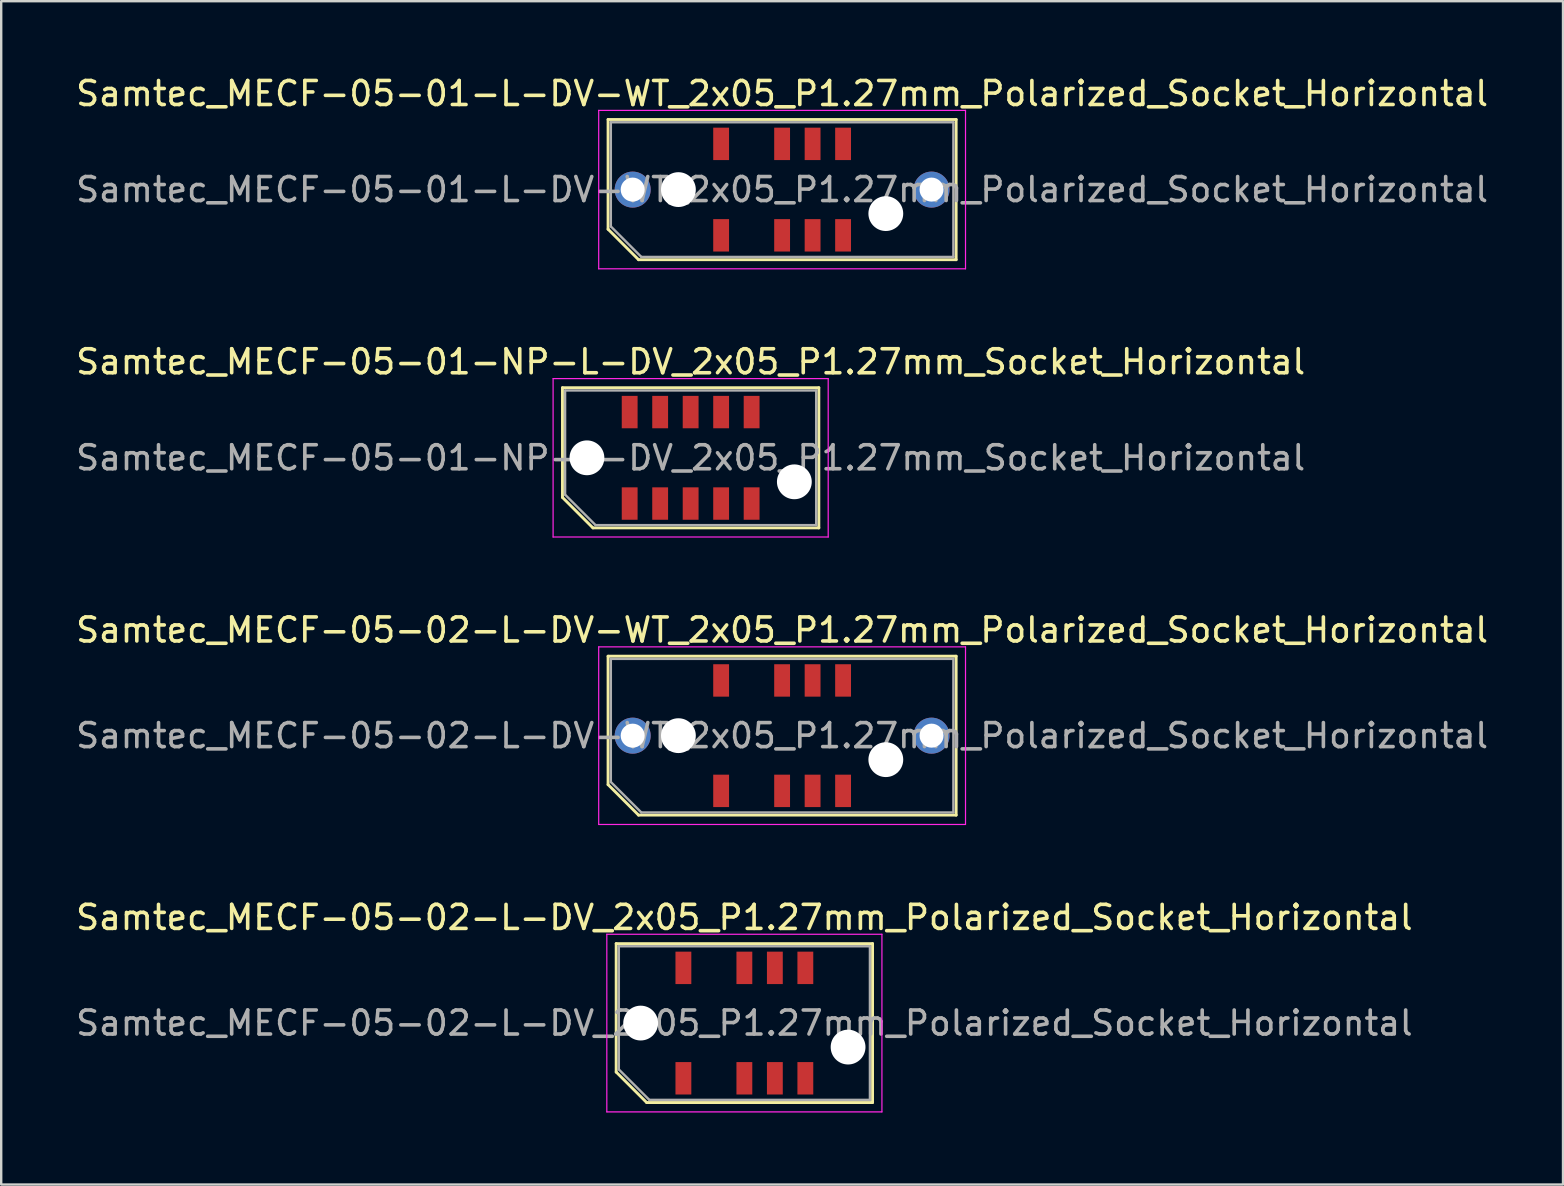
<source format=kicad_pcb>
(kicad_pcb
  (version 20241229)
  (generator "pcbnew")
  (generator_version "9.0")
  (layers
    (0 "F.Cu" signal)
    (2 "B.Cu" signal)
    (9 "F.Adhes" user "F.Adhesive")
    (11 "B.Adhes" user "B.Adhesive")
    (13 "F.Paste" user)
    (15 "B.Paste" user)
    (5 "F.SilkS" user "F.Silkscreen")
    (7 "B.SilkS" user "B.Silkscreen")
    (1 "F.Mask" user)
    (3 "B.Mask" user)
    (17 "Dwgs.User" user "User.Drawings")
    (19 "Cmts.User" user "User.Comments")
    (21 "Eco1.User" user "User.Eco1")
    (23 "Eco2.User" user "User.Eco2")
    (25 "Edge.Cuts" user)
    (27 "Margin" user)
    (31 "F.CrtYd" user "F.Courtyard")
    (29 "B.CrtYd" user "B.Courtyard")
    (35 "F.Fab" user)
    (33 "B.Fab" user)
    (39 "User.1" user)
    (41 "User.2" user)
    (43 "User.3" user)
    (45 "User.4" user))
  (footprint "Samtec_MECF-05-01-L-DV-WT_2x05_P1.27mm_Polarized_Socket_Horizontal"
    (layer "F.Cu")
    (at 29.53 4.848)
    (property "Reference" "Samtec_MECF-05-01-L-DV-WT_2x05_P1.27mm_Polarized_Socket_Horizontal" (at 0 -4 0) (layer "F.SilkS") (effects (font (size 1 1) (thickness 0.15))))
    (attr smd)
    (fp_line (start -7.25 -2.92) (end 7.25 -2.92) (stroke (width 0.12) (type solid)) (layer "F.SilkS"))
    (fp_line (start -7.25 1.65) (end -7.25 -2.92) (stroke (width 0.12) (type solid)) (layer "F.SilkS"))
    (fp_line (start -5.98 2.92) (end -7.25 1.65) (stroke (width 0.12) (type solid)) (layer "F.SilkS"))
    (fp_line (start -5.98 2.92) (end 7.25 2.92) (stroke (width 0.12) (type solid)) (layer "F.SilkS"))
    (fp_line (start 7.25 2.92) (end 7.25 -2.92) (stroke (width 0.12) (type solid)) (layer "F.SilkS"))
    (fp_line (start -7.64 -3.3) (end -7.64 3.3) (stroke (width 0.05) (type solid)) (layer "F.CrtYd"))
    (fp_line (start -7.64 3.3) (end 7.64 3.3) (stroke (width 0.05) (type solid)) (layer "F.CrtYd"))
    (fp_line (start 7.64 -3.3) (end -7.64 -3.3) (stroke (width 0.05) (type solid)) (layer "F.CrtYd"))
    (fp_line (start 7.64 3.3) (end 7.64 -3.3) (stroke (width 0.05) (type solid)) (layer "F.CrtYd"))
    (fp_line (start -7.135 -2.805) (end 7.135 -2.805) (stroke (width 0.1) (type solid)) (layer "F.Fab"))
    (fp_line (start -7.135 1.535) (end -7.135 -2.805) (stroke (width 0.1) (type solid)) (layer "F.Fab"))
    (fp_line (start -7.135 1.535) (end -5.865 2.805) (stroke (width 0.1) (type solid)) (layer "F.Fab"))
    (fp_line (start -5.865 2.805) (end 7.135 2.805) (stroke (width 0.1) (type solid)) (layer "F.Fab"))
    (fp_line (start 7.135 2.805) (end 7.135 -2.805) (stroke (width 0.1) (type solid)) (layer "F.Fab"))
    (fp_text user "${REFERENCE}" (at 0 0 0) (layer "F.Fab") (effects (font (size 1 1) (thickness 0.15))))
    (pad "" thru_hole circle (at -6.225 0) (size 1.5 1.5) (drill 1) (layers "*.Cu" "*.Mask"))
    (pad "" np_thru_hole circle (at -4.32 0) (size 1.45 1.45) (drill 1.45) (layers "*.Cu" "*.Mask"))
    (pad "" np_thru_hole circle (at 4.32 1) (size 1.45 1.45) (drill 1.45) (layers "*.Cu" "*.Mask"))
    (pad "" thru_hole circle (at 6.225 0) (size 1.5 1.5) (drill 1) (layers "*.Cu" "*.Mask"))
    (pad "1" smd rect (at -2.54 1.905) (size 0.66 1.35) (layers "F.Cu" "F.Mask" "F.Paste"))
    (pad "2" smd rect (at -2.54 -1.905) (size 0.66 1.35) (layers "F.Cu" "F.Mask" "F.Paste"))
    (pad "5" smd rect (at 0 1.905) (size 0.66 1.35) (layers "F.Cu" "F.Mask" "F.Paste"))
    (pad "6" smd rect (at 0 -1.905) (size 0.66 1.35) (layers "F.Cu" "F.Mask" "F.Paste"))
    (pad "7" smd rect (at 1.27 1.905) (size 0.66 1.35) (layers "F.Cu" "F.Mask" "F.Paste"))
    (pad "8" smd rect (at 1.27 -1.905) (size 0.66 1.35) (layers "F.Cu" "F.Mask" "F.Paste"))
    (pad "9" smd rect (at 2.54 1.905) (size 0.66 1.35) (layers "F.Cu" "F.Mask" "F.Paste"))
    (pad "10" smd rect (at 2.54 -1.905) (size 0.66 1.35) (layers "F.Cu" "F.Mask" "F.Paste")))
  (footprint "Samtec_MECF-05-02-L-DV-WT_2x05_P1.27mm_Polarized_Socket_Horizontal"
    (layer "F.Cu")
    (at 29.53 27.595)
    (property "Reference" "Samtec_MECF-05-02-L-DV-WT_2x05_P1.27mm_Polarized_Socket_Horizontal" (at 0 -4.4 0) (layer "F.SilkS") (effects (font (size 1 1) (thickness 0.15))))
    (attr smd)
    (fp_line (start -7.25 -3.31) (end 7.25 -3.31) (stroke (width 0.12) (type solid)) (layer "F.SilkS"))
    (fp_line (start -7.25 2.04) (end -7.25 -3.31) (stroke (width 0.12) (type solid)) (layer "F.SilkS"))
    (fp_line (start -5.98 3.31) (end -7.25 2.04) (stroke (width 0.12) (type solid)) (layer "F.SilkS"))
    (fp_line (start -5.98 3.31) (end 7.25 3.31) (stroke (width 0.12) (type solid)) (layer "F.SilkS"))
    (fp_line (start 7.25 3.31) (end 7.25 -3.31) (stroke (width 0.12) (type solid)) (layer "F.SilkS"))
    (fp_line (start -7.64 -3.7) (end -7.64 3.7) (stroke (width 0.05) (type solid)) (layer "F.CrtYd"))
    (fp_line (start -7.64 3.7) (end 7.64 3.7) (stroke (width 0.05) (type solid)) (layer "F.CrtYd"))
    (fp_line (start 7.64 -3.7) (end -7.64 -3.7) (stroke (width 0.05) (type solid)) (layer "F.CrtYd"))
    (fp_line (start 7.64 3.7) (end 7.64 -3.7) (stroke (width 0.05) (type solid)) (layer "F.CrtYd"))
    (fp_line (start -7.135 -3.2) (end 7.135 -3.2) (stroke (width 0.1) (type solid)) (layer "F.Fab"))
    (fp_line (start -7.135 1.93) (end -7.135 -3.2) (stroke (width 0.1) (type solid)) (layer "F.Fab"))
    (fp_line (start -7.135 1.93) (end -5.865 3.2) (stroke (width 0.1) (type solid)) (layer "F.Fab"))
    (fp_line (start -5.865 3.2) (end 7.135 3.2) (stroke (width 0.1) (type solid)) (layer "F.Fab"))
    (fp_line (start 7.135 3.2) (end 7.135 -3.2) (stroke (width 0.1) (type solid)) (layer "F.Fab"))
    (fp_text user "${REFERENCE}" (at 0 0 0) (layer "F.Fab") (effects (font (size 1 1) (thickness 0.15))))
    (pad "" thru_hole circle (at -6.225 0) (size 1.5 1.5) (drill 1) (layers "*.Cu" "*.Mask"))
    (pad "" np_thru_hole circle (at -4.32 0) (size 1.45 1.45) (drill 1.45) (layers "*.Cu" "*.Mask"))
    (pad "" np_thru_hole circle (at 4.32 1) (size 1.45 1.45) (drill 1.45) (layers "*.Cu" "*.Mask"))
    (pad "" thru_hole circle (at 6.225 0) (size 1.5 1.5) (drill 1) (layers "*.Cu" "*.Mask"))
    (pad "1" smd rect (at -2.54 2.3) (size 0.66 1.35) (layers "F.Cu" "F.Mask" "F.Paste"))
    (pad "2" smd rect (at -2.54 -2.3) (size 0.66 1.35) (layers "F.Cu" "F.Mask" "F.Paste"))
    (pad "5" smd rect (at 0 2.3) (size 0.66 1.35) (layers "F.Cu" "F.Mask" "F.Paste"))
    (pad "6" smd rect (at 0 -2.3) (size 0.66 1.35) (layers "F.Cu" "F.Mask" "F.Paste"))
    (pad "7" smd rect (at 1.27 2.3) (size 0.66 1.35) (layers "F.Cu" "F.Mask" "F.Paste"))
    (pad "8" smd rect (at 1.27 -2.3) (size 0.66 1.35) (layers "F.Cu" "F.Mask" "F.Paste"))
    (pad "9" smd rect (at 2.54 2.3) (size 0.66 1.35) (layers "F.Cu" "F.Mask" "F.Paste"))
    (pad "10" smd rect (at 2.54 -2.3) (size 0.66 1.35) (layers "F.Cu" "F.Mask" "F.Paste")))
  (footprint "Samtec_MECF-05-01-NP-L-DV_2x05_P1.27mm_Socket_Horizontal"
    (layer "F.Cu")
    (at 25.72 16.021)
    (property "Reference" "Samtec_MECF-05-01-NP-L-DV_2x05_P1.27mm_Socket_Horizontal" (at 0 -4 0) (layer "F.SilkS") (effects (font (size 1 1) (thickness 0.15))))
    (attr smd)
    (fp_line (start -5.34 -2.92) (end 5.34 -2.92) (stroke (width 0.12) (type solid)) (layer "F.SilkS"))
    (fp_line (start -5.34 1.65) (end -5.34 -2.92) (stroke (width 0.12) (type solid)) (layer "F.SilkS"))
    (fp_line (start -4.07 2.92) (end -5.34 1.65) (stroke (width 0.12) (type solid)) (layer "F.SilkS"))
    (fp_line (start -4.07 2.92) (end 5.34 2.92) (stroke (width 0.12) (type solid)) (layer "F.SilkS"))
    (fp_line (start 5.34 2.92) (end 5.34 -2.92) (stroke (width 0.12) (type solid)) (layer "F.SilkS"))
    (fp_line (start -5.73 -3.3) (end -5.73 3.3) (stroke (width 0.05) (type solid)) (layer "F.CrtYd"))
    (fp_line (start -5.73 3.3) (end 5.73 3.3) (stroke (width 0.05) (type solid)) (layer "F.CrtYd"))
    (fp_line (start 5.73 -3.3) (end -5.73 -3.3) (stroke (width 0.05) (type solid)) (layer "F.CrtYd"))
    (fp_line (start 5.73 3.3) (end 5.73 -3.3) (stroke (width 0.05) (type solid)) (layer "F.CrtYd"))
    (fp_line (start -5.23 -2.805) (end 5.23 -2.805) (stroke (width 0.1) (type solid)) (layer "F.Fab"))
    (fp_line (start -5.23 1.535) (end -5.23 -2.805) (stroke (width 0.1) (type solid)) (layer "F.Fab"))
    (fp_line (start -5.23 1.535) (end -3.96 2.805) (stroke (width 0.1) (type solid)) (layer "F.Fab"))
    (fp_line (start -3.96 2.805) (end 5.23 2.805) (stroke (width 0.1) (type solid)) (layer "F.Fab"))
    (fp_line (start 5.23 2.805) (end 5.23 -2.805) (stroke (width 0.1) (type solid)) (layer "F.Fab"))
    (fp_text user "${REFERENCE}" (at 0 0 0) (layer "F.Fab") (effects (font (size 1 1) (thickness 0.15))))
    (pad "" np_thru_hole circle (at -4.32 0) (size 1.45 1.45) (drill 1.45) (layers "*.Cu" "*.Mask"))
    (pad "" np_thru_hole circle (at 4.32 1) (size 1.45 1.45) (drill 1.45) (layers "*.Cu" "*.Mask"))
    (pad "1" smd rect (at -2.54 1.905) (size 0.66 1.35) (layers "F.Cu" "F.Mask" "F.Paste"))
    (pad "2" smd rect (at -2.54 -1.905) (size 0.66 1.35) (layers "F.Cu" "F.Mask" "F.Paste"))
    (pad "3" smd rect (at -1.27 1.905) (size 0.66 1.35) (layers "F.Cu" "F.Mask" "F.Paste"))
    (pad "4" smd rect (at -1.27 -1.905) (size 0.66 1.35) (layers "F.Cu" "F.Mask" "F.Paste"))
    (pad "5" smd rect (at 0 1.905) (size 0.66 1.35) (layers "F.Cu" "F.Mask" "F.Paste"))
    (pad "6" smd rect (at 0 -1.905) (size 0.66 1.35) (layers "F.Cu" "F.Mask" "F.Paste"))
    (pad "7" smd rect (at 1.27 1.905) (size 0.66 1.35) (layers "F.Cu" "F.Mask" "F.Paste"))
    (pad "8" smd rect (at 1.27 -1.905) (size 0.66 1.35) (layers "F.Cu" "F.Mask" "F.Paste"))
    (pad "9" smd rect (at 2.54 1.905) (size 0.66 1.35) (layers "F.Cu" "F.Mask" "F.Paste"))
    (pad "10" smd rect (at 2.54 -1.905) (size 0.66 1.35) (layers "F.Cu" "F.Mask" "F.Paste")))
  (footprint "Samtec_MECF-05-02-L-DV_2x05_P1.27mm_Polarized_Socket_Horizontal"
    (layer "F.Cu")
    (at 27.958 39.568)
    (property "Reference" "Samtec_MECF-05-02-L-DV_2x05_P1.27mm_Polarized_Socket_Horizontal" (at 0 -4.4 0) (layer "F.SilkS") (effects (font (size 1 1) (thickness 0.15))))
    (attr smd)
    (fp_line (start -5.34 -3.31) (end 5.34 -3.31) (stroke (width 0.12) (type solid)) (layer "F.SilkS"))
    (fp_line (start -5.34 2.04) (end -5.34 -3.31) (stroke (width 0.12) (type solid)) (layer "F.SilkS"))
    (fp_line (start -4.07 3.31) (end -5.34 2.04) (stroke (width 0.12) (type solid)) (layer "F.SilkS"))
    (fp_line (start -4.07 3.31) (end 5.34 3.31) (stroke (width 0.12) (type solid)) (layer "F.SilkS"))
    (fp_line (start 5.34 3.31) (end 5.34 -3.31) (stroke (width 0.12) (type solid)) (layer "F.SilkS"))
    (fp_line (start -5.73 -3.7) (end -5.73 3.7) (stroke (width 0.05) (type solid)) (layer "F.CrtYd"))
    (fp_line (start -5.73 3.7) (end 5.73 3.7) (stroke (width 0.05) (type solid)) (layer "F.CrtYd"))
    (fp_line (start 5.73 -3.7) (end -5.73 -3.7) (stroke (width 0.05) (type solid)) (layer "F.CrtYd"))
    (fp_line (start 5.73 3.7) (end 5.73 -3.7) (stroke (width 0.05) (type solid)) (layer "F.CrtYd"))
    (fp_line (start -5.23 -3.2) (end 5.23 -3.2) (stroke (width 0.1) (type solid)) (layer "F.Fab"))
    (fp_line (start -5.23 1.93) (end -5.23 -3.2) (stroke (width 0.1) (type solid)) (layer "F.Fab"))
    (fp_line (start -5.23 1.93) (end -3.96 3.2) (stroke (width 0.1) (type solid)) (layer "F.Fab"))
    (fp_line (start -3.96 3.2) (end 5.23 3.2) (stroke (width 0.1) (type solid)) (layer "F.Fab"))
    (fp_line (start 5.23 3.2) (end 5.23 -3.2) (stroke (width 0.1) (type solid)) (layer "F.Fab"))
    (fp_text user "${REFERENCE}" (at 0 0 0) (layer "F.Fab") (effects (font (size 1 1) (thickness 0.15))))
    (pad "" np_thru_hole circle (at -4.32 0) (size 1.45 1.45) (drill 1.45) (layers "*.Cu" "*.Mask"))
    (pad "" np_thru_hole circle (at 4.32 1) (size 1.45 1.45) (drill 1.45) (layers "*.Cu" "*.Mask"))
    (pad "1" smd rect (at -2.54 2.3) (size 0.66 1.35) (layers "F.Cu" "F.Mask" "F.Paste"))
    (pad "2" smd rect (at -2.54 -2.3) (size 0.66 1.35) (layers "F.Cu" "F.Mask" "F.Paste"))
    (pad "5" smd rect (at 0 2.3) (size 0.66 1.35) (layers "F.Cu" "F.Mask" "F.Paste"))
    (pad "6" smd rect (at 0 -2.3) (size 0.66 1.35) (layers "F.Cu" "F.Mask" "F.Paste"))
    (pad "7" smd rect (at 1.27 2.3) (size 0.66 1.35) (layers "F.Cu" "F.Mask" "F.Paste"))
    (pad "8" smd rect (at 1.27 -2.3) (size 0.66 1.35) (layers "F.Cu" "F.Mask" "F.Paste"))
    (pad "9" smd rect (at 2.54 2.3) (size 0.66 1.35) (layers "F.Cu" "F.Mask" "F.Paste"))
    (pad "10" smd rect (at 2.54 -2.3) (size 0.66 1.35) (layers "F.Cu" "F.Mask" "F.Paste")))
  (gr_rect
    (start -3 -3)
    (end 62.06 46.293)
    (stroke (width 0.1) (type default))
    (fill no)
    (layer "Edge.Cuts")))
</source>
